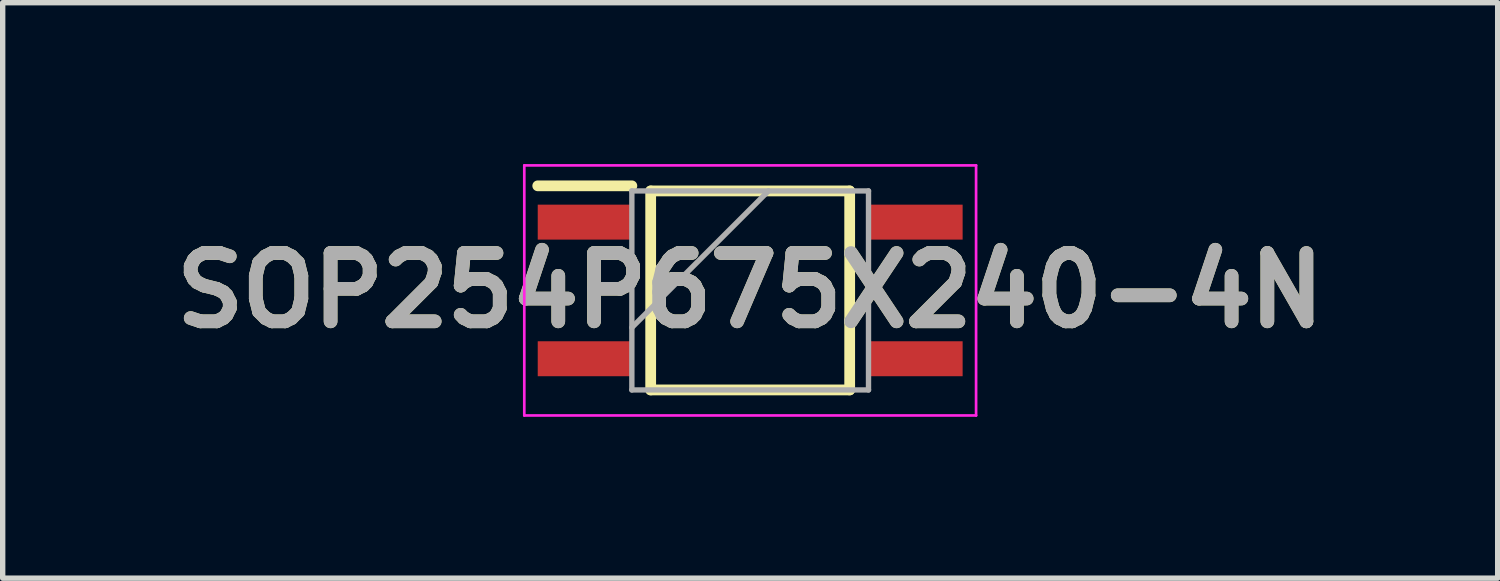
<source format=kicad_pcb>
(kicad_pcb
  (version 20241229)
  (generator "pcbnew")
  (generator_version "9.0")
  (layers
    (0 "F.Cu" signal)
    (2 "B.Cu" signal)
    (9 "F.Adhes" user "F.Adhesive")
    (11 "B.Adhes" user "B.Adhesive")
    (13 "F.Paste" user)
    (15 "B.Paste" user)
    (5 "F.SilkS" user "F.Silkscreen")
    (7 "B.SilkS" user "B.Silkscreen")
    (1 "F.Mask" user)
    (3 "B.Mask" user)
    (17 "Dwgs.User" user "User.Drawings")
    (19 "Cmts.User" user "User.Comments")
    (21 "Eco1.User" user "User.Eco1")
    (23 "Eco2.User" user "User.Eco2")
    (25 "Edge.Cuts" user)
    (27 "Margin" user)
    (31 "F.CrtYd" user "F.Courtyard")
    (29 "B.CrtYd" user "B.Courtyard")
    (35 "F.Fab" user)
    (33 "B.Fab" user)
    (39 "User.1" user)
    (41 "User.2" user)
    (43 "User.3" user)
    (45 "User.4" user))
  (footprint "SOP254P675X240-4N"
    (layer "F.Cu")
    (at 10.898 2.35)
    (property "Reference" "SOP254P675X240-4N" (at 0 0 0) (layer "F.SilkS") (effects (font (size 1.27 1.27) (thickness 0.254))))
    (attr smd)
    (fp_line (start -3.95 -1.945) (end -2.2 -1.945) (stroke (width 0.2) (type solid)) (layer "F.SilkS"))
    (fp_line (start -1.85 -1.85) (end 1.85 -1.85) (stroke (width 0.2) (type solid)) (layer "F.SilkS"))
    (fp_line (start -1.85 1.85) (end -1.85 -1.85) (stroke (width 0.2) (type solid)) (layer "F.SilkS"))
    (fp_line (start 1.85 -1.85) (end 1.85 1.85) (stroke (width 0.2) (type solid)) (layer "F.SilkS"))
    (fp_line (start 1.85 1.85) (end -1.85 1.85) (stroke (width 0.2) (type solid)) (layer "F.SilkS"))
    (fp_line (start -4.2 -2.325) (end 4.2 -2.325) (stroke (width 0.05) (type solid)) (layer "F.CrtYd"))
    (fp_line (start -4.2 2.325) (end -4.2 -2.325) (stroke (width 0.05) (type solid)) (layer "F.CrtYd"))
    (fp_line (start 4.2 -2.325) (end 4.2 2.325) (stroke (width 0.05) (type solid)) (layer "F.CrtYd"))
    (fp_line (start 4.2 2.325) (end -4.2 2.325) (stroke (width 0.05) (type solid)) (layer "F.CrtYd"))
    (fp_line (start -2.2 -1.85) (end 2.2 -1.85) (stroke (width 0.1) (type solid)) (layer "F.Fab"))
    (fp_line (start -2.2 0.69) (end 0.34 -1.85) (stroke (width 0.1) (type solid)) (layer "F.Fab"))
    (fp_line (start -2.2 1.85) (end -2.2 -1.85) (stroke (width 0.1) (type solid)) (layer "F.Fab"))
    (fp_line (start 2.2 -1.85) (end 2.2 1.85) (stroke (width 0.1) (type solid)) (layer "F.Fab"))
    (fp_line (start 2.2 1.85) (end -2.2 1.85) (stroke (width 0.1) (type solid)) (layer "F.Fab"))
    (fp_text user "${REFERENCE}" (at 0 0 0) (layer "F.Fab") (effects (font (size 1.27 1.27) (thickness 0.254))))
    (pad "1" smd rect (at -3.075 -1.27 90) (size 0.65 1.75) (layers "F.Cu" "F.Mask" "F.Paste"))
    (pad "2" smd rect (at -3.075 1.27 90) (size 0.65 1.75) (layers "F.Cu" "F.Mask" "F.Paste"))
    (pad "3" smd rect (at 3.075 1.27 90) (size 0.65 1.75) (layers "F.Cu" "F.Mask" "F.Paste"))
    (pad "4" smd rect (at 3.075 -1.27 90) (size 0.65 1.75) (layers "F.Cu" "F.Mask" "F.Paste")))
  (gr_rect
    (start -3 -3)
    (end 24.796 7.7)
    (stroke (width 0.1) (type default))
    (fill no)
    (layer "Edge.Cuts")))
</source>
